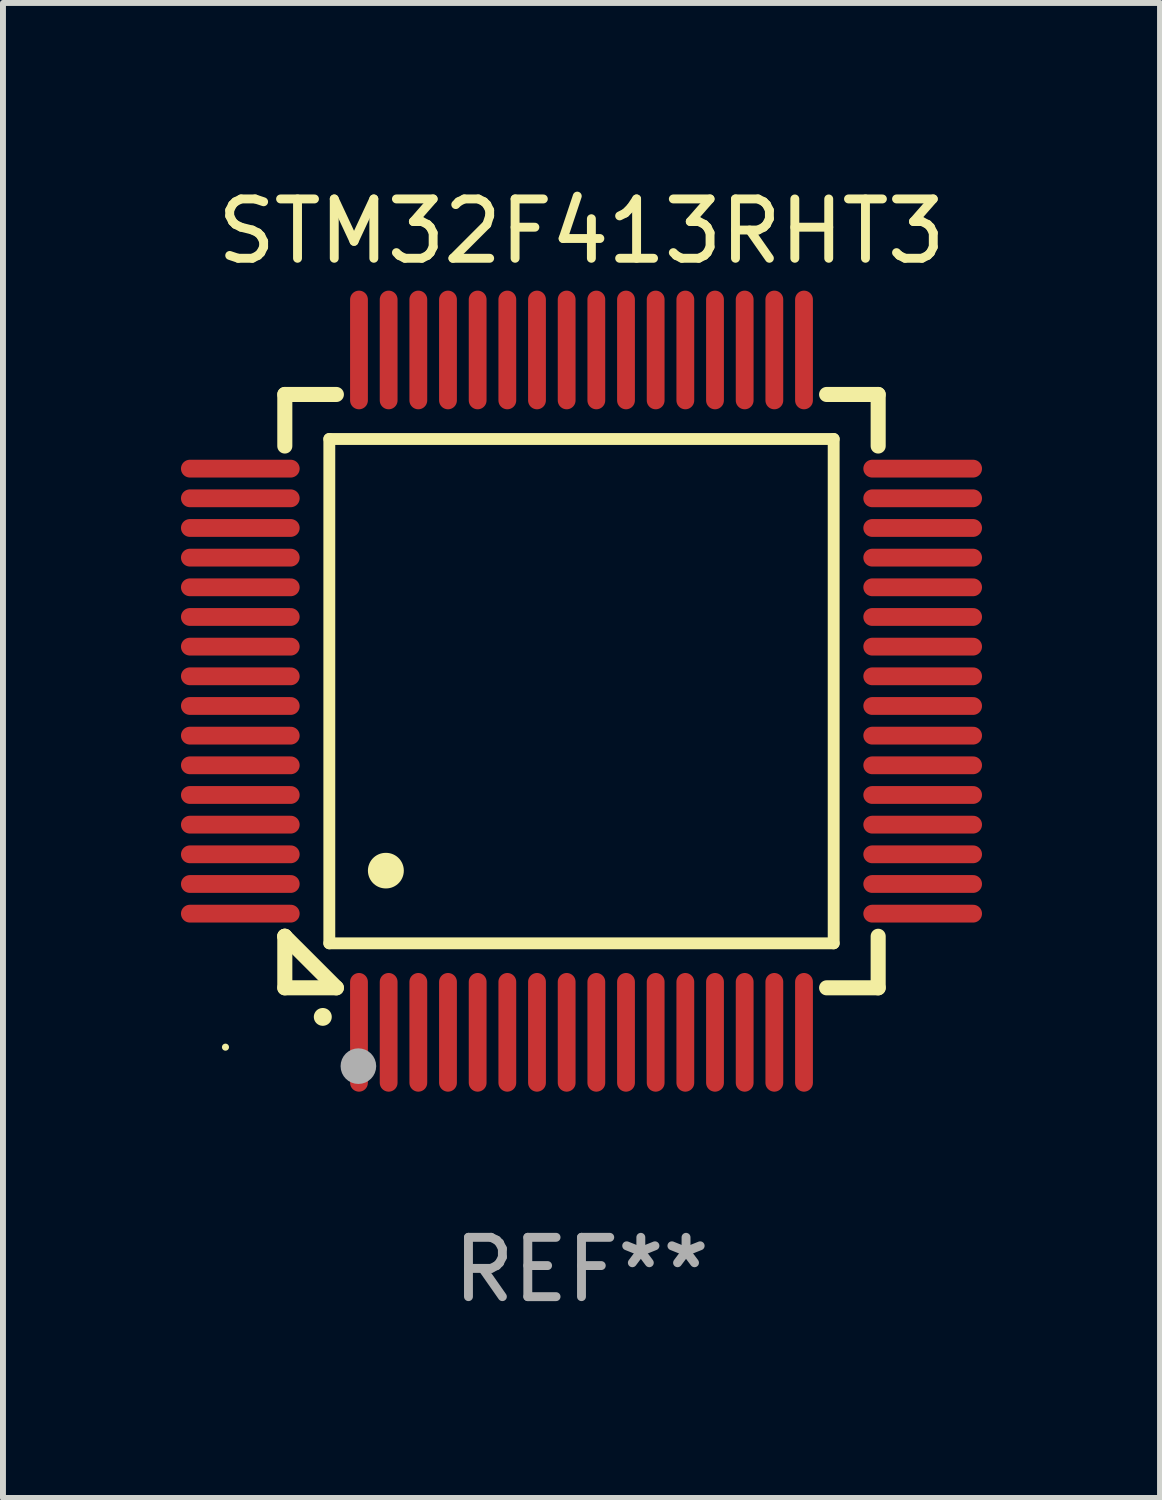
<source format=kicad_pcb>
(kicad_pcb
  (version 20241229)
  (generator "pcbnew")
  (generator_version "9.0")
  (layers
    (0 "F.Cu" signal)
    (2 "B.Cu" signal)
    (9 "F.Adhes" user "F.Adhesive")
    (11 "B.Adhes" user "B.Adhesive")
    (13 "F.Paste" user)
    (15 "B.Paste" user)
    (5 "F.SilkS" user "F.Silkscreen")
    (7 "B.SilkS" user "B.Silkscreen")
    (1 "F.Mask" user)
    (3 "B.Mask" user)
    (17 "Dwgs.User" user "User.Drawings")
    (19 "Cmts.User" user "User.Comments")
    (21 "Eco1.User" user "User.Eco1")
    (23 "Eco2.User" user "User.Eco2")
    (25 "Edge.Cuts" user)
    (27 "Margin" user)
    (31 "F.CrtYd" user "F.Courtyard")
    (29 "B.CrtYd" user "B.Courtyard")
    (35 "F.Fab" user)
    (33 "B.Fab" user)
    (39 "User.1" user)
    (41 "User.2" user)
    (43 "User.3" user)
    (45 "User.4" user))
  (footprint "STM32F413RHT3"
    (layer "F.Cu")
    (at 6.75 8.598)
    (property "Reference" "STM32F413RHT3" (at 0 -7.75 0) (layer "F.SilkS") (effects (font (size 1 1) (thickness 0.15))))
    (attr through_hole)
    (fp_line (start -5 -5) (end -4.131 -5) (stroke (width 0.254) (type solid)) (layer "F.SilkS"))
    (fp_line (start -5 -4.131) (end -5 -5) (stroke (width 0.254) (type solid)) (layer "F.SilkS"))
    (fp_line (start -5 4.131) (end -5 4.131) (stroke (width 0.254) (type solid)) (layer "F.SilkS"))
    (fp_line (start -5 5) (end -5 4.131) (stroke (width 0.254) (type solid)) (layer "F.SilkS"))
    (fp_line (start -5 4.131) (end -4.131 5) (stroke (width 0.254) (type solid)) (layer "F.SilkS"))
    (fp_line (start -4.25 -4.25) (end -4.25 4.25) (stroke (width 0.2) (type solid)) (layer "F.SilkS"))
    (fp_line (start -4.25 4.25) (end 4.25 4.25) (stroke (width 0.2) (type solid)) (layer "F.SilkS"))
    (fp_line (start -4.131 5) (end -5 5) (stroke (width 0.254) (type solid)) (layer "F.SilkS"))
    (fp_line (start 4.25 -4.25) (end -4.25 -4.25) (stroke (width 0.2) (type solid)) (layer "F.SilkS"))
    (fp_line (start 4.25 4.25) (end 4.25 -4.25) (stroke (width 0.2) (type solid)) (layer "F.SilkS"))
    (fp_line (start 5 -5) (end 4.131 -5) (stroke (width 0.254) (type solid)) (layer "F.SilkS"))
    (fp_line (start 5 -5) (end 5 -4.131) (stroke (width 0.254) (type solid)) (layer "F.SilkS"))
    (fp_line (start 5 4.131) (end 5 5) (stroke (width 0.254) (type solid)) (layer "F.SilkS"))
    (fp_line (start 5 5) (end 4.131 5) (stroke (width 0.254) (type solid)) (layer "F.SilkS"))
    (fp_arc (start -4.361265 5.489992) (mid -4.359995 5.489987) (end -4.358725 5.489992) (stroke (width 0.3) (type solid)) (layer "F.SilkS"))
    (fp_arc (start -3.299467 3.025146) (mid -3.296927 3.025135) (end -3.294387 3.025146) (stroke (width 0.6) (type solid)) (layer "F.SilkS"))
    (fp_circle (center -6 6) (end -5.97 6) (stroke (width 0.06) (type solid)) (fill no) (layer "F.SilkS"))
    (fp_circle (center -3.76 6.32) (end -3.61 6.32) (stroke (width 0.3) (type solid)) (fill no) (layer "F.Fab"))
    (fp_text user "REF**" (at 0 9.75 0) (layer "F.Fab") (effects (font (size 1 1) (thickness 0.15))))
    (pad "1" smd oval (at -3.75 5.75) (size 0.3 2) (layers "F.Cu" "F.Mask" "F.Paste"))
    (pad "2" smd oval (at -3.25 5.75) (size 0.3 2) (layers "F.Cu" "F.Mask" "F.Paste"))
    (pad "3" smd oval (at -2.75 5.75) (size 0.3 2) (layers "F.Cu" "F.Mask" "F.Paste"))
    (pad "4" smd oval (at -2.25 5.75) (size 0.3 2) (layers "F.Cu" "F.Mask" "F.Paste"))
    (pad "5" smd oval (at -1.75 5.75) (size 0.3 2) (layers "F.Cu" "F.Mask" "F.Paste"))
    (pad "6" smd oval (at -1.25 5.75) (size 0.3 2) (layers "F.Cu" "F.Mask" "F.Paste"))
    (pad "7" smd oval (at -0.75 5.75) (size 0.3 2) (layers "F.Cu" "F.Mask" "F.Paste"))
    (pad "8" smd oval (at -0.25 5.75) (size 0.3 2) (layers "F.Cu" "F.Mask" "F.Paste"))
    (pad "9" smd oval (at 0.25 5.75) (size 0.3 2) (layers "F.Cu" "F.Mask" "F.Paste"))
    (pad "10" smd oval (at 0.75 5.75) (size 0.3 2) (layers "F.Cu" "F.Mask" "F.Paste"))
    (pad "11" smd oval (at 1.25 5.75) (size 0.3 2) (layers "F.Cu" "F.Mask" "F.Paste"))
    (pad "12" smd oval (at 1.75 5.75) (size 0.3 2) (layers "F.Cu" "F.Mask" "F.Paste"))
    (pad "13" smd oval (at 2.25 5.75) (size 0.3 2) (layers "F.Cu" "F.Mask" "F.Paste"))
    (pad "14" smd oval (at 2.75 5.75) (size 0.3 2) (layers "F.Cu" "F.Mask" "F.Paste"))
    (pad "15" smd oval (at 3.25 5.75) (size 0.3 2) (layers "F.Cu" "F.Mask" "F.Paste"))
    (pad "16" smd oval (at 3.75 5.75) (size 0.3 2) (layers "F.Cu" "F.Mask" "F.Paste"))
    (pad "17" smd oval (at 5.75 3.75) (size 2 0.3) (layers "F.Cu" "F.Mask" "F.Paste"))
    (pad "18" smd oval (at 5.75 3.25) (size 2 0.3) (layers "F.Cu" "F.Mask" "F.Paste"))
    (pad "19" smd oval (at 5.75 2.75) (size 2 0.3) (layers "F.Cu" "F.Mask" "F.Paste"))
    (pad "20" smd oval (at 5.75 2.25) (size 2 0.3) (layers "F.Cu" "F.Mask" "F.Paste"))
    (pad "21" smd oval (at 5.75 1.75) (size 2 0.3) (layers "F.Cu" "F.Mask" "F.Paste"))
    (pad "22" smd oval (at 5.75 1.25) (size 2 0.3) (layers "F.Cu" "F.Mask" "F.Paste"))
    (pad "23" smd oval (at 5.75 0.75) (size 2 0.3) (layers "F.Cu" "F.Mask" "F.Paste"))
    (pad "24" smd oval (at 5.75 0.25) (size 2 0.3) (layers "F.Cu" "F.Mask" "F.Paste"))
    (pad "25" smd oval (at 5.75 -0.25) (size 2 0.3) (layers "F.Cu" "F.Mask" "F.Paste"))
    (pad "26" smd oval (at 5.75 -0.75) (size 2 0.3) (layers "F.Cu" "F.Mask" "F.Paste"))
    (pad "27" smd oval (at 5.75 -1.25) (size 2 0.3) (layers "F.Cu" "F.Mask" "F.Paste"))
    (pad "28" smd oval (at 5.75 -1.75) (size 2 0.3) (layers "F.Cu" "F.Mask" "F.Paste"))
    (pad "29" smd oval (at 5.75 -2.25) (size 2 0.3) (layers "F.Cu" "F.Mask" "F.Paste"))
    (pad "30" smd oval (at 5.75 -2.75) (size 2 0.3) (layers "F.Cu" "F.Mask" "F.Paste"))
    (pad "31" smd oval (at 5.75 -3.25) (size 2 0.3) (layers "F.Cu" "F.Mask" "F.Paste"))
    (pad "32" smd oval (at 5.75 -3.75) (size 2 0.3) (layers "F.Cu" "F.Mask" "F.Paste"))
    (pad "33" smd oval (at 3.75 -5.75) (size 0.3 2) (layers "F.Cu" "F.Mask" "F.Paste"))
    (pad "34" smd oval (at 3.25 -5.75) (size 0.3 2) (layers "F.Cu" "F.Mask" "F.Paste"))
    (pad "35" smd oval (at 2.75 -5.75) (size 0.3 2) (layers "F.Cu" "F.Mask" "F.Paste"))
    (pad "36" smd oval (at 2.25 -5.75) (size 0.3 2) (layers "F.Cu" "F.Mask" "F.Paste"))
    (pad "37" smd oval (at 1.75 -5.75) (size 0.3 2) (layers "F.Cu" "F.Mask" "F.Paste"))
    (pad "38" smd oval (at 1.25 -5.75) (size 0.3 2) (layers "F.Cu" "F.Mask" "F.Paste"))
    (pad "39" smd oval (at 0.75 -5.75) (size 0.3 2) (layers "F.Cu" "F.Mask" "F.Paste"))
    (pad "40" smd oval (at 0.25 -5.75) (size 0.3 2) (layers "F.Cu" "F.Mask" "F.Paste"))
    (pad "41" smd oval (at -0.25 -5.75) (size 0.3 2) (layers "F.Cu" "F.Mask" "F.Paste"))
    (pad "42" smd oval (at -0.75 -5.75) (size 0.3 2) (layers "F.Cu" "F.Mask" "F.Paste"))
    (pad "43" smd oval (at -1.25 -5.75) (size 0.3 2) (layers "F.Cu" "F.Mask" "F.Paste"))
    (pad "44" smd oval (at -1.75 -5.75) (size 0.3 2) (layers "F.Cu" "F.Mask" "F.Paste"))
    (pad "45" smd oval (at -2.25 -5.75) (size 0.3 2) (layers "F.Cu" "F.Mask" "F.Paste"))
    (pad "46" smd oval (at -2.75 -5.75) (size 0.3 2) (layers "F.Cu" "F.Mask" "F.Paste"))
    (pad "47" smd oval (at -3.25 -5.75) (size 0.3 2) (layers "F.Cu" "F.Mask" "F.Paste"))
    (pad "48" smd oval (at -3.75 -5.75) (size 0.3 2) (layers "F.Cu" "F.Mask" "F.Paste"))
    (pad "49" smd oval (at -5.75 -3.75) (size 2 0.3) (layers "F.Cu" "F.Mask" "F.Paste"))
    (pad "50" smd oval (at -5.75 -3.25) (size 2 0.3) (layers "F.Cu" "F.Mask" "F.Paste"))
    (pad "51" smd oval (at -5.75 -2.75) (size 2 0.3) (layers "F.Cu" "F.Mask" "F.Paste"))
    (pad "52" smd oval (at -5.75 -2.25) (size 2 0.3) (layers "F.Cu" "F.Mask" "F.Paste"))
    (pad "53" smd oval (at -5.75 -1.75) (size 2 0.3) (layers "F.Cu" "F.Mask" "F.Paste"))
    (pad "54" smd oval (at -5.75 -1.25) (size 2 0.3) (layers "F.Cu" "F.Mask" "F.Paste"))
    (pad "55" smd oval (at -5.75 -0.75) (size 2 0.3) (layers "F.Cu" "F.Mask" "F.Paste"))
    (pad "56" smd oval (at -5.75 -0.25) (size 2 0.3) (layers "F.Cu" "F.Mask" "F.Paste"))
    (pad "57" smd oval (at -5.75 0.25) (size 2 0.3) (layers "F.Cu" "F.Mask" "F.Paste"))
    (pad "58" smd oval (at -5.75 0.75) (size 2 0.3) (layers "F.Cu" "F.Mask" "F.Paste"))
    (pad "59" smd oval (at -5.75 1.25) (size 2 0.3) (layers "F.Cu" "F.Mask" "F.Paste"))
    (pad "60" smd oval (at -5.75 1.75) (size 2 0.3) (layers "F.Cu" "F.Mask" "F.Paste"))
    (pad "61" smd oval (at -5.75 2.25) (size 2 0.3) (layers "F.Cu" "F.Mask" "F.Paste"))
    (pad "62" smd oval (at -5.75 2.75) (size 2 0.3) (layers "F.Cu" "F.Mask" "F.Paste"))
    (pad "63" smd oval (at -5.75 3.25) (size 2 0.3) (layers "F.Cu" "F.Mask" "F.Paste"))
    (pad "64" smd oval (at -5.75 3.75) (size 2 0.3) (layers "F.Cu" "F.Mask" "F.Paste")))
  (gr_rect
    (start -3 -3)
    (end 16.5 22.196)
    (stroke (width 0.1) (type default))
    (fill no)
    (layer "Edge.Cuts")))
</source>
